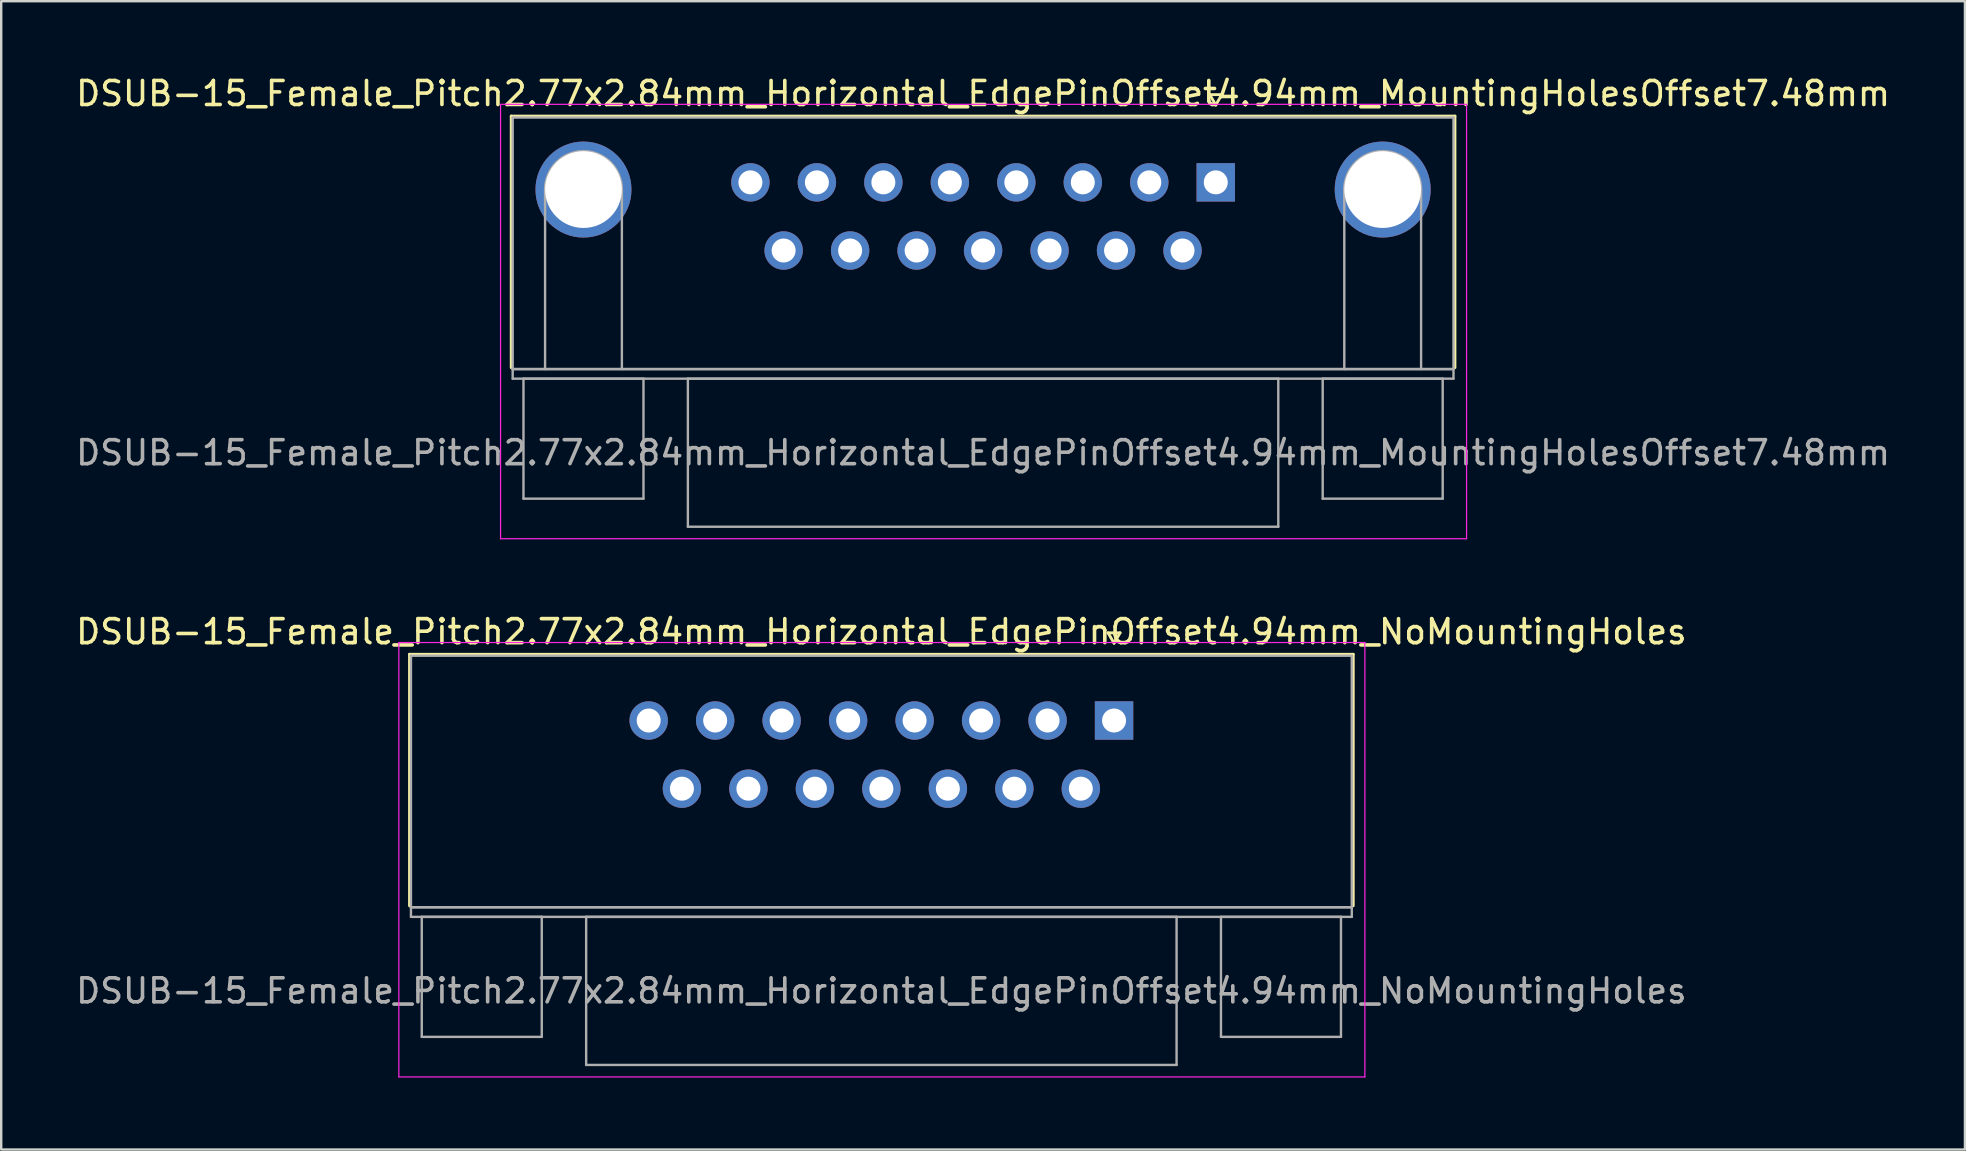
<source format=kicad_pcb>
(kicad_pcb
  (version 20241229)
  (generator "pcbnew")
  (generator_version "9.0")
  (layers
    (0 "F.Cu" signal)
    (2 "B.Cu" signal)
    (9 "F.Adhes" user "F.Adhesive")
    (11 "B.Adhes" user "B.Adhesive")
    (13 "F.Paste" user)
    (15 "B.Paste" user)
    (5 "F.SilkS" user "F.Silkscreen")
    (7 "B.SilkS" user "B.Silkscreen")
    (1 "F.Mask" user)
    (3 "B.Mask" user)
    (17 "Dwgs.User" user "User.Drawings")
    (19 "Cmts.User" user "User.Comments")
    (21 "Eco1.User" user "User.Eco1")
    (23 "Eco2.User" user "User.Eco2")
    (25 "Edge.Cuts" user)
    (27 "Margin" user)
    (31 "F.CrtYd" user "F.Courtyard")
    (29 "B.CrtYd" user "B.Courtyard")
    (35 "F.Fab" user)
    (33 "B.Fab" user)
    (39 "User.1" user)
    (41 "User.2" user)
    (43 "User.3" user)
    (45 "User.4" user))
  (footprint "DSUB-15_Female_Pitch2.77x2.84mm_Horizontal_EdgePinOffset4.94mm_NoMountingHoles"
    (layer "F.Cu")
    (at 43.368 26.971)
    (property "Reference" "DSUB-15_Female_Pitch2.77x2.84mm_Horizontal_EdgePinOffset4.94mm_NoMountingHoles" (at -9.695 -3.7 0) (layer "F.SilkS") (effects (font (size 1 1) (thickness 0.15))))
    (attr through_hole)
    (fp_line (start -29.355 -2.76) (end 9.965 -2.76) (stroke (width 0.12) (type solid)) (layer "F.SilkS"))
    (fp_line (start -29.355 7.72) (end -29.355 -2.76) (stroke (width 0.12) (type solid)) (layer "F.SilkS"))
    (fp_line (start -0.25 -3.654) (end 0.25 -3.654) (stroke (width 0.12) (type solid)) (layer "F.SilkS"))
    (fp_line (start 0 -3.221) (end -0.25 -3.654) (stroke (width 0.12) (type solid)) (layer "F.SilkS"))
    (fp_line (start 0.25 -3.654) (end 0 -3.221) (stroke (width 0.12) (type solid)) (layer "F.SilkS"))
    (fp_line (start 9.965 -2.76) (end 9.965 7.72) (stroke (width 0.12) (type solid)) (layer "F.SilkS"))
    (fp_line (start -29.8 -3.25) (end -29.8 14.85) (stroke (width 0.05) (type solid)) (layer "F.CrtYd"))
    (fp_line (start -29.8 14.85) (end 10.45 14.85) (stroke (width 0.05) (type solid)) (layer "F.CrtYd"))
    (fp_line (start 10.45 -3.25) (end -29.8 -3.25) (stroke (width 0.05) (type solid)) (layer "F.CrtYd"))
    (fp_line (start 10.45 14.85) (end 10.45 -3.25) (stroke (width 0.05) (type solid)) (layer "F.CrtYd"))
    (fp_line (start -29.295 -2.7) (end -29.295 7.78) (stroke (width 0.1) (type solid)) (layer "F.Fab"))
    (fp_line (start -29.295 7.78) (end -29.295 8.18) (stroke (width 0.1) (type solid)) (layer "F.Fab"))
    (fp_line (start -29.295 7.78) (end 9.905 7.78) (stroke (width 0.1) (type solid)) (layer "F.Fab"))
    (fp_line (start -29.295 8.18) (end 9.905 8.18) (stroke (width 0.1) (type solid)) (layer "F.Fab"))
    (fp_line (start -28.845 8.18) (end -28.845 13.18) (stroke (width 0.1) (type solid)) (layer "F.Fab"))
    (fp_line (start -28.845 13.18) (end -23.845 13.18) (stroke (width 0.1) (type solid)) (layer "F.Fab"))
    (fp_line (start -23.845 8.18) (end -28.845 8.18) (stroke (width 0.1) (type solid)) (layer "F.Fab"))
    (fp_line (start -23.845 13.18) (end -23.845 8.18) (stroke (width 0.1) (type solid)) (layer "F.Fab"))
    (fp_line (start -21.995 8.18) (end -21.995 14.35) (stroke (width 0.1) (type solid)) (layer "F.Fab"))
    (fp_line (start -21.995 14.35) (end 2.605 14.35) (stroke (width 0.1) (type solid)) (layer "F.Fab"))
    (fp_line (start 2.605 8.18) (end -21.995 8.18) (stroke (width 0.1) (type solid)) (layer "F.Fab"))
    (fp_line (start 2.605 14.35) (end 2.605 8.18) (stroke (width 0.1) (type solid)) (layer "F.Fab"))
    (fp_line (start 4.455 8.18) (end 4.455 13.18) (stroke (width 0.1) (type solid)) (layer "F.Fab"))
    (fp_line (start 4.455 13.18) (end 9.455 13.18) (stroke (width 0.1) (type solid)) (layer "F.Fab"))
    (fp_line (start 9.455 8.18) (end 4.455 8.18) (stroke (width 0.1) (type solid)) (layer "F.Fab"))
    (fp_line (start 9.455 13.18) (end 9.455 8.18) (stroke (width 0.1) (type solid)) (layer "F.Fab"))
    (fp_line (start 9.905 -2.7) (end -29.295 -2.7) (stroke (width 0.1) (type solid)) (layer "F.Fab"))
    (fp_line (start 9.905 7.78) (end -29.295 7.78) (stroke (width 0.1) (type solid)) (layer "F.Fab"))
    (fp_line (start 9.905 7.78) (end 9.905 -2.7) (stroke (width 0.1) (type solid)) (layer "F.Fab"))
    (fp_line (start 9.905 8.18) (end 9.905 7.78) (stroke (width 0.1) (type solid)) (layer "F.Fab"))
    (fp_text user "${REFERENCE}" (at -9.695 11.265 0) (layer "F.Fab") (effects (font (size 1 1) (thickness 0.15))))
    (pad "1" thru_hole rect (at 0 0) (size 1.6 1.6) (drill 1) (layers "*.Cu" "*.Mask"))
    (pad "2" thru_hole circle (at -2.77 0) (size 1.6 1.6) (drill 1) (layers "*.Cu" "*.Mask"))
    (pad "3" thru_hole circle (at -5.54 0) (size 1.6 1.6) (drill 1) (layers "*.Cu" "*.Mask"))
    (pad "4" thru_hole circle (at -8.31 0) (size 1.6 1.6) (drill 1) (layers "*.Cu" "*.Mask"))
    (pad "5" thru_hole circle (at -11.08 0) (size 1.6 1.6) (drill 1) (layers "*.Cu" "*.Mask"))
    (pad "6" thru_hole circle (at -13.85 0) (size 1.6 1.6) (drill 1) (layers "*.Cu" "*.Mask"))
    (pad "7" thru_hole circle (at -16.62 0) (size 1.6 1.6) (drill 1) (layers "*.Cu" "*.Mask"))
    (pad "8" thru_hole circle (at -19.39 0) (size 1.6 1.6) (drill 1) (layers "*.Cu" "*.Mask"))
    (pad "9" thru_hole circle (at -1.385 2.84) (size 1.6 1.6) (drill 1) (layers "*.Cu" "*.Mask"))
    (pad "10" thru_hole circle (at -4.155 2.84) (size 1.6 1.6) (drill 1) (layers "*.Cu" "*.Mask"))
    (pad "11" thru_hole circle (at -6.925 2.84) (size 1.6 1.6) (drill 1) (layers "*.Cu" "*.Mask"))
    (pad "12" thru_hole circle (at -9.695 2.84) (size 1.6 1.6) (drill 1) (layers "*.Cu" "*.Mask"))
    (pad "13" thru_hole circle (at -12.465 2.84) (size 1.6 1.6) (drill 1) (layers "*.Cu" "*.Mask"))
    (pad "14" thru_hole circle (at -15.235 2.84) (size 1.6 1.6) (drill 1) (layers "*.Cu" "*.Mask"))
    (pad "15" thru_hole circle (at -18.005 2.84) (size 1.6 1.6) (drill 1) (layers "*.Cu" "*.Mask")))
  (footprint "DSUB-15_Female_Pitch2.77x2.84mm_Horizontal_EdgePinOffset4.94mm_MountingHolesOffset7.48mm"
    (layer "F.Cu")
    (at 47.606 4.548)
    (property "Reference" "DSUB-15_Female_Pitch2.77x2.84mm_Horizontal_EdgePinOffset4.94mm_MountingHolesOffset7.48mm" (at -9.695 -3.7 0) (layer "F.SilkS") (effects (font (size 1 1) (thickness 0.15))))
    (attr through_hole)
    (fp_line (start -29.355 -2.76) (end 9.965 -2.76) (stroke (width 0.12) (type solid)) (layer "F.SilkS"))
    (fp_line (start -29.355 7.72) (end -29.355 -2.76) (stroke (width 0.12) (type solid)) (layer "F.SilkS"))
    (fp_line (start -0.25 -3.654) (end 0.25 -3.654) (stroke (width 0.12) (type solid)) (layer "F.SilkS"))
    (fp_line (start 0 -3.221) (end -0.25 -3.654) (stroke (width 0.12) (type solid)) (layer "F.SilkS"))
    (fp_line (start 0.25 -3.654) (end 0 -3.221) (stroke (width 0.12) (type solid)) (layer "F.SilkS"))
    (fp_line (start 9.965 -2.76) (end 9.965 7.72) (stroke (width 0.12) (type solid)) (layer "F.SilkS"))
    (fp_line (start -29.8 -3.25) (end -29.8 14.85) (stroke (width 0.05) (type solid)) (layer "F.CrtYd"))
    (fp_line (start -29.8 14.85) (end 10.45 14.85) (stroke (width 0.05) (type solid)) (layer "F.CrtYd"))
    (fp_line (start 10.45 -3.25) (end -29.8 -3.25) (stroke (width 0.05) (type solid)) (layer "F.CrtYd"))
    (fp_line (start 10.45 14.85) (end 10.45 -3.25) (stroke (width 0.05) (type solid)) (layer "F.CrtYd"))
    (fp_line (start -29.295 -2.7) (end -29.295 7.78) (stroke (width 0.1) (type solid)) (layer "F.Fab"))
    (fp_line (start -29.295 7.78) (end -29.295 8.18) (stroke (width 0.1) (type solid)) (layer "F.Fab"))
    (fp_line (start -29.295 7.78) (end 9.905 7.78) (stroke (width 0.1) (type solid)) (layer "F.Fab"))
    (fp_line (start -29.295 8.18) (end 9.905 8.18) (stroke (width 0.1) (type solid)) (layer "F.Fab"))
    (fp_line (start -28.845 8.18) (end -28.845 13.18) (stroke (width 0.1) (type solid)) (layer "F.Fab"))
    (fp_line (start -28.845 13.18) (end -23.845 13.18) (stroke (width 0.1) (type solid)) (layer "F.Fab"))
    (fp_line (start -27.945 7.78) (end -27.945 0.3) (stroke (width 0.1) (type solid)) (layer "F.Fab"))
    (fp_line (start -24.745 7.78) (end -24.745 0.3) (stroke (width 0.1) (type solid)) (layer "F.Fab"))
    (fp_line (start -23.845 8.18) (end -28.845 8.18) (stroke (width 0.1) (type solid)) (layer "F.Fab"))
    (fp_line (start -23.845 13.18) (end -23.845 8.18) (stroke (width 0.1) (type solid)) (layer "F.Fab"))
    (fp_line (start -21.995 8.18) (end -21.995 14.35) (stroke (width 0.1) (type solid)) (layer "F.Fab"))
    (fp_line (start -21.995 14.35) (end 2.605 14.35) (stroke (width 0.1) (type solid)) (layer "F.Fab"))
    (fp_line (start 2.605 8.18) (end -21.995 8.18) (stroke (width 0.1) (type solid)) (layer "F.Fab"))
    (fp_line (start 2.605 14.35) (end 2.605 8.18) (stroke (width 0.1) (type solid)) (layer "F.Fab"))
    (fp_line (start 4.455 8.18) (end 4.455 13.18) (stroke (width 0.1) (type solid)) (layer "F.Fab"))
    (fp_line (start 4.455 13.18) (end 9.455 13.18) (stroke (width 0.1) (type solid)) (layer "F.Fab"))
    (fp_line (start 5.355 7.78) (end 5.355 0.3) (stroke (width 0.1) (type solid)) (layer "F.Fab"))
    (fp_line (start 8.555 7.78) (end 8.555 0.3) (stroke (width 0.1) (type solid)) (layer "F.Fab"))
    (fp_line (start 9.455 8.18) (end 4.455 8.18) (stroke (width 0.1) (type solid)) (layer "F.Fab"))
    (fp_line (start 9.455 13.18) (end 9.455 8.18) (stroke (width 0.1) (type solid)) (layer "F.Fab"))
    (fp_line (start 9.905 -2.7) (end -29.295 -2.7) (stroke (width 0.1) (type solid)) (layer "F.Fab"))
    (fp_line (start 9.905 7.78) (end -29.295 7.78) (stroke (width 0.1) (type solid)) (layer "F.Fab"))
    (fp_line (start 9.905 7.78) (end 9.905 -2.7) (stroke (width 0.1) (type solid)) (layer "F.Fab"))
    (fp_line (start 9.905 8.18) (end 9.905 7.78) (stroke (width 0.1) (type solid)) (layer "F.Fab"))
    (fp_arc (start -27.945 0.3) (mid -26.345 -1.3) (end -24.745 0.3) (stroke (width 0.1) (type solid)) (layer "F.Fab"))
    (fp_arc (start 5.355 0.3) (mid 6.955 -1.3) (end 8.555 0.3) (stroke (width 0.1) (type solid)) (layer "F.Fab"))
    (fp_text user "${REFERENCE}" (at -9.695 11.265 0) (layer "F.Fab") (effects (font (size 1 1) (thickness 0.15))))
    (pad "0" thru_hole circle (at -26.345 0.3) (size 4 4) (drill 3.2) (layers "*.Cu" "*.Mask"))
    (pad "0" thru_hole circle (at 6.955 0.3) (size 4 4) (drill 3.2) (layers "*.Cu" "*.Mask"))
    (pad "1" thru_hole rect (at 0 0) (size 1.6 1.6) (drill 1) (layers "*.Cu" "*.Mask"))
    (pad "2" thru_hole circle (at -2.77 0) (size 1.6 1.6) (drill 1) (layers "*.Cu" "*.Mask"))
    (pad "3" thru_hole circle (at -5.54 0) (size 1.6 1.6) (drill 1) (layers "*.Cu" "*.Mask"))
    (pad "4" thru_hole circle (at -8.31 0) (size 1.6 1.6) (drill 1) (layers "*.Cu" "*.Mask"))
    (pad "5" thru_hole circle (at -11.08 0) (size 1.6 1.6) (drill 1) (layers "*.Cu" "*.Mask"))
    (pad "6" thru_hole circle (at -13.85 0) (size 1.6 1.6) (drill 1) (layers "*.Cu" "*.Mask"))
    (pad "7" thru_hole circle (at -16.62 0) (size 1.6 1.6) (drill 1) (layers "*.Cu" "*.Mask"))
    (pad "8" thru_hole circle (at -19.39 0) (size 1.6 1.6) (drill 1) (layers "*.Cu" "*.Mask"))
    (pad "9" thru_hole circle (at -1.385 2.84) (size 1.6 1.6) (drill 1) (layers "*.Cu" "*.Mask"))
    (pad "10" thru_hole circle (at -4.155 2.84) (size 1.6 1.6) (drill 1) (layers "*.Cu" "*.Mask"))
    (pad "11" thru_hole circle (at -6.925 2.84) (size 1.6 1.6) (drill 1) (layers "*.Cu" "*.Mask"))
    (pad "12" thru_hole circle (at -9.695 2.84) (size 1.6 1.6) (drill 1) (layers "*.Cu" "*.Mask"))
    (pad "13" thru_hole circle (at -12.465 2.84) (size 1.6 1.6) (drill 1) (layers "*.Cu" "*.Mask"))
    (pad "14" thru_hole circle (at -15.235 2.84) (size 1.6 1.6) (drill 1) (layers "*.Cu" "*.Mask"))
    (pad "15" thru_hole circle (at -18.005 2.84) (size 1.6 1.6) (drill 1) (layers "*.Cu" "*.Mask")))
  (gr_rect
    (start -3 -3)
    (end 78.821 44.846)
    (stroke (width 0.1) (type default))
    (fill no)
    (layer "Edge.Cuts")))
</source>
